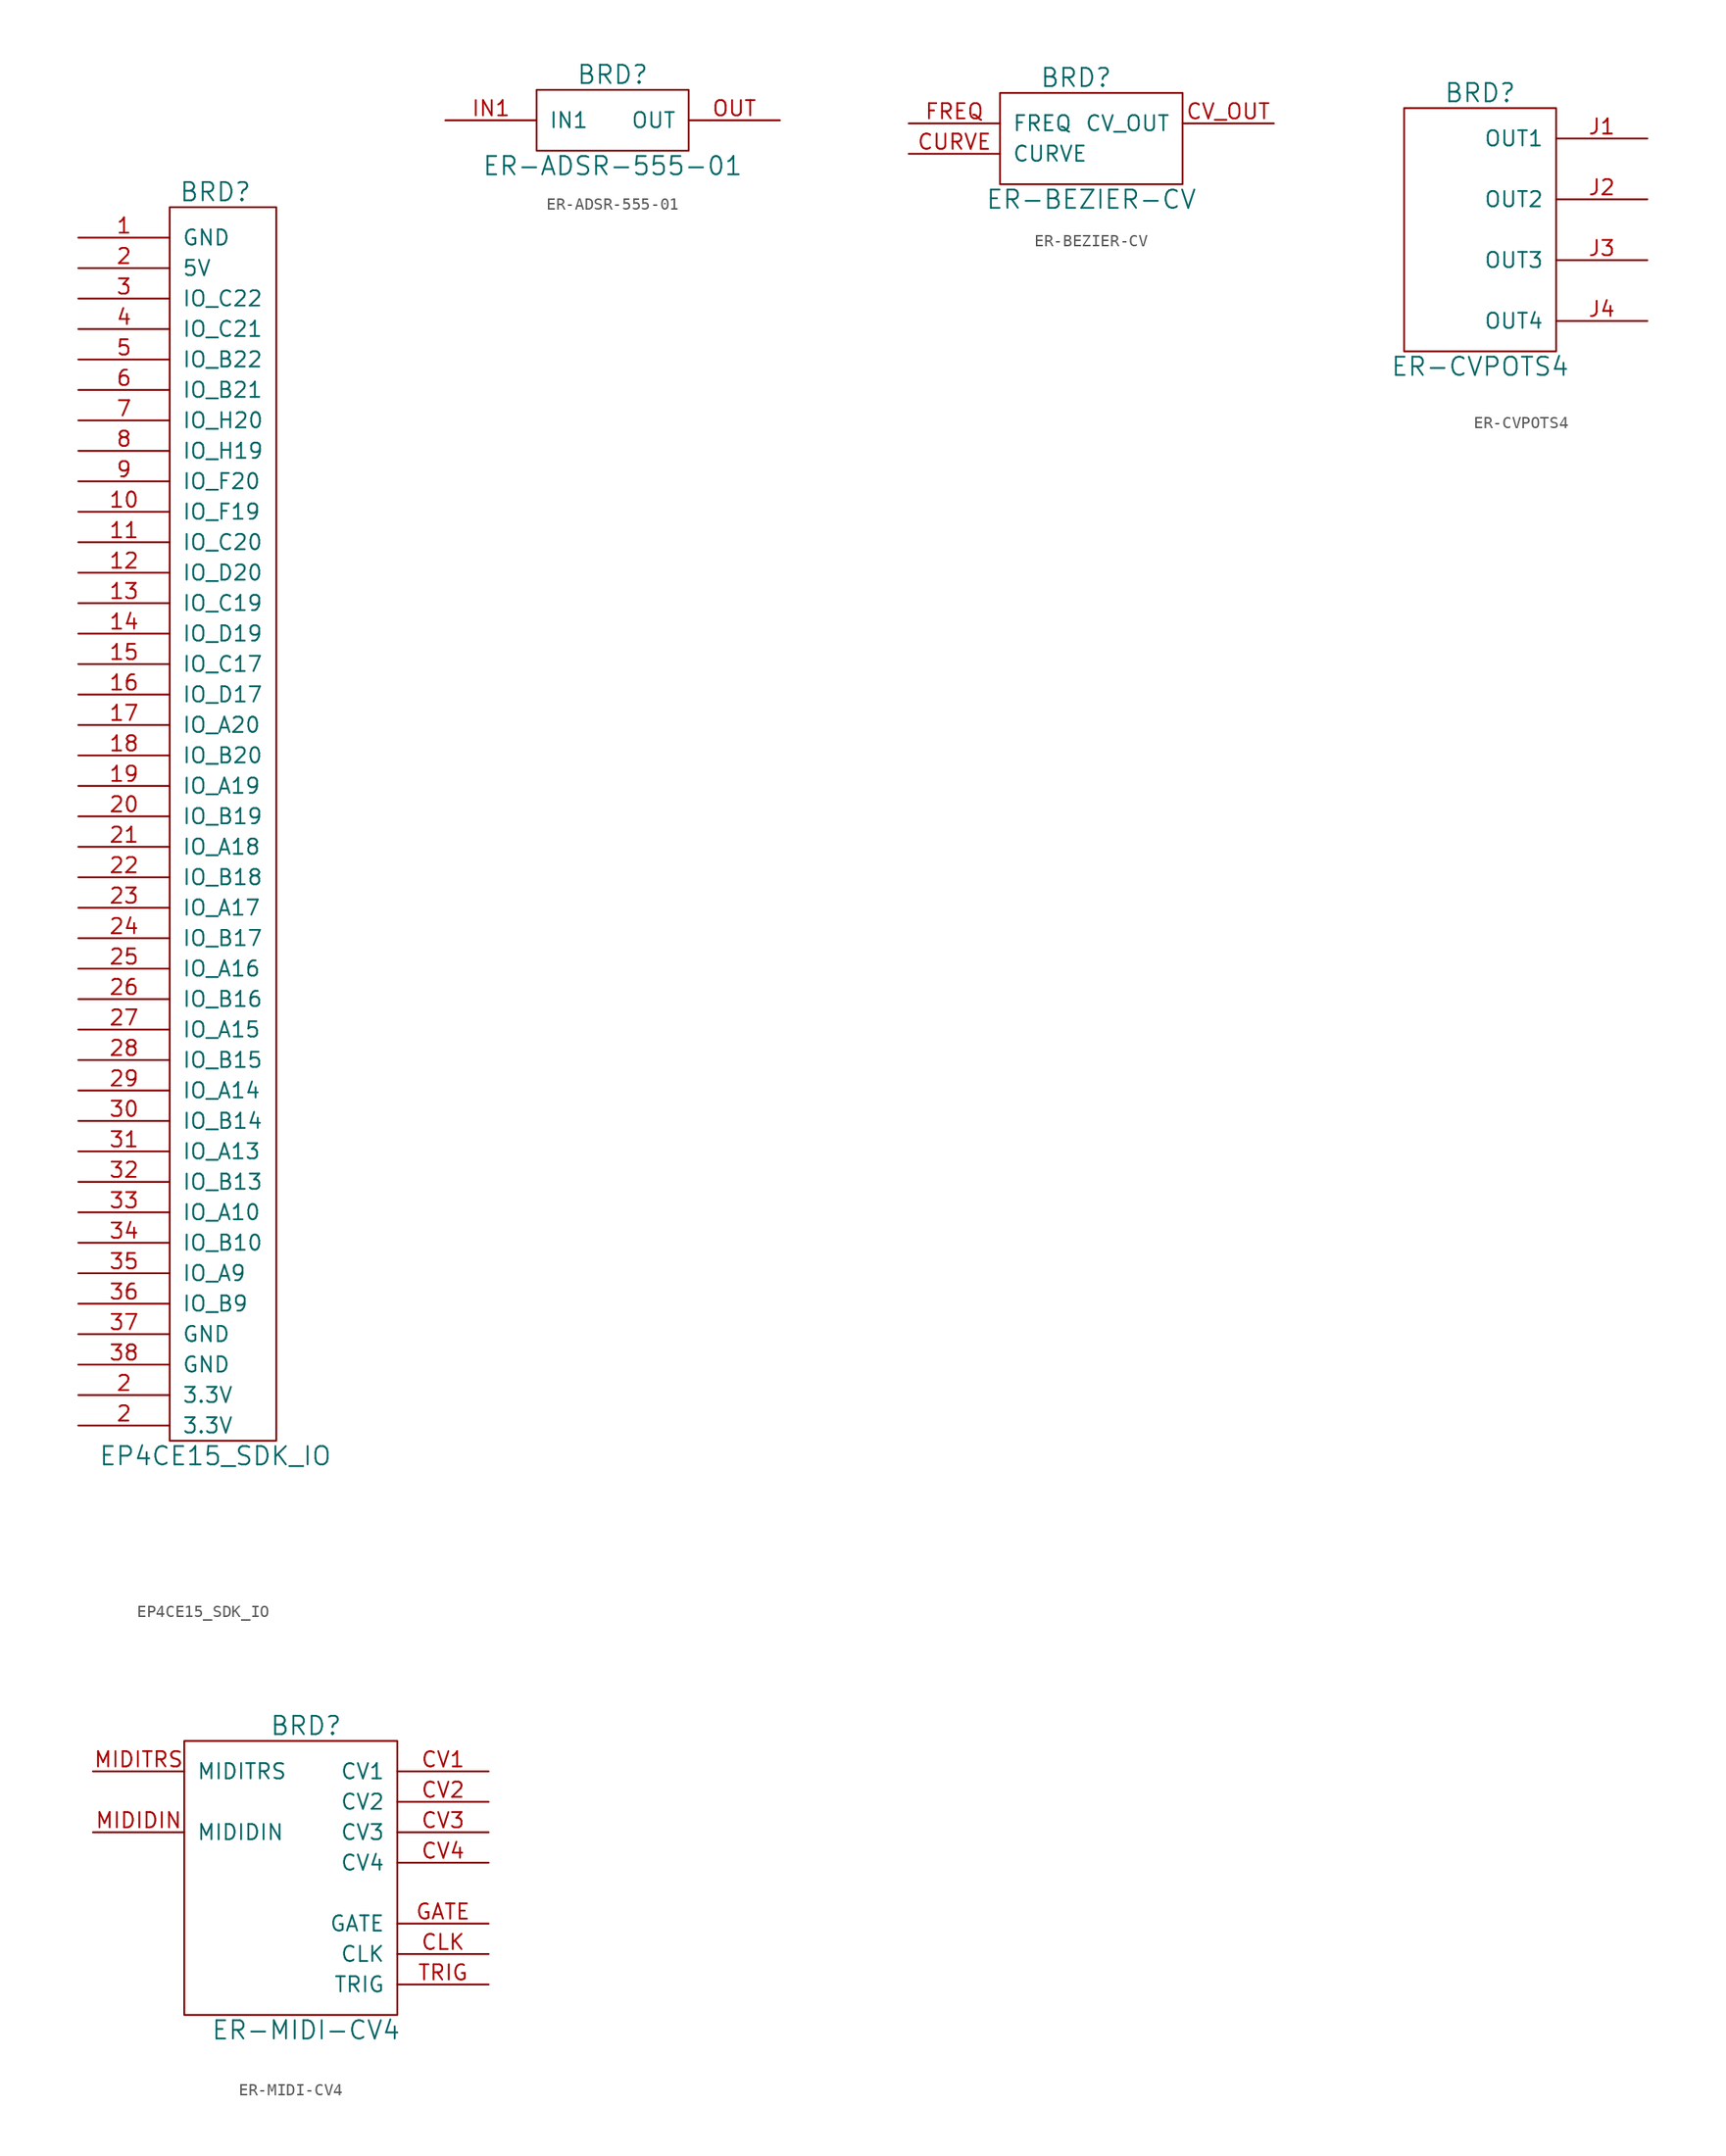
<source format=kicad_sym>
(kicad_symbol_lib
  (version 20220914)
  (generator kicad_symbol_editor)
  (symbol "EP4CE15_SDK_IO"
    (pin_names
      (offset 1.016))
    (property "Reference" "BRD"
      (at 0 53.34 0)
      (effects (font (size 1.524 1.524))))
    (property "Value" "EP4CE15_SDK_IO"
      (at 0 -52.07 0)
      (effects (font (size 1.524 1.524))))
    (property "Footprint" ""
      (at 0 29.21 0)
      (effects (font (size 1.524 1.524))))
    (property "Datasheet" ""
      (at 0 29.21 0)
      (effects (font (size 1.524 1.524))))
    (symbol "EP4CE15_SDK_IO_0_0"
      (rectangle (start -3.81 52.07) (end 5.08 -50.8) (stroke (width 0) (type default)) (fill (type none))))
    (symbol "EP4CE15_SDK_IO_1_1"
      (pin power_in line (at -11.43 49.53 0) (length 7.62) (name "GND" (effects (font (size 1.27 1.27)))) (number "1" (effects (font (size 1.27 1.27)))))
      (pin bidirectional line (at -11.43 26.67 0) (length 7.62) (name "IO_F19" (effects (font (size 1.27 1.27)))) (number "10" (effects (font (size 1.27 1.27)))))
      (pin bidirectional line (at -11.43 24.13 0) (length 7.62) (name "IO_C20" (effects (font (size 1.27 1.27)))) (number "11" (effects (font (size 1.27 1.27)))))
      (pin bidirectional line (at -11.43 21.59 0) (length 7.62) (name "IO_D20" (effects (font (size 1.27 1.27)))) (number "12" (effects (font (size 1.27 1.27)))))
      (pin bidirectional line (at -11.43 19.05 0) (length 7.62) (name "IO_C19" (effects (font (size 1.27 1.27)))) (number "13" (effects (font (size 1.27 1.27)))))
      (pin bidirectional line (at -11.43 16.51 0) (length 7.62) (name "IO_D19" (effects (font (size 1.27 1.27)))) (number "14" (effects (font (size 1.27 1.27)))))
      (pin bidirectional line (at -11.43 13.97 0) (length 7.62) (name "IO_C17" (effects (font (size 1.27 1.27)))) (number "15" (effects (font (size 1.27 1.27)))))
      (pin bidirectional line (at -11.43 11.43 0) (length 7.62) (name "IO_D17" (effects (font (size 1.27 1.27)))) (number "16" (effects (font (size 1.27 1.27)))))
      (pin bidirectional line (at -11.43 8.89 0) (length 7.62) (name "IO_A20" (effects (font (size 1.27 1.27)))) (number "17" (effects (font (size 1.27 1.27)))))
      (pin bidirectional line (at -11.43 6.35 0) (length 7.62) (name "IO_B20" (effects (font (size 1.27 1.27)))) (number "18" (effects (font (size 1.27 1.27)))))
      (pin bidirectional line (at -11.43 3.81 0) (length 7.62) (name "IO_A19" (effects (font (size 1.27 1.27)))) (number "19" (effects (font (size 1.27 1.27)))))
      (pin power_in line (at -11.43 -49.53 0) (length 7.62) (name "3.3V" (effects (font (size 1.27 1.27)))) (number "2" (effects (font (size 1.27 1.27)))))
      (pin power_in line (at -11.43 -46.99 0) (length 7.62) (name "3.3V" (effects (font (size 1.27 1.27)))) (number "2" (effects (font (size 1.27 1.27)))))
      (pin power_in line (at -11.43 46.99 0) (length 7.62) (name "5V" (effects (font (size 1.27 1.27)))) (number "2" (effects (font (size 1.27 1.27)))))
      (pin bidirectional line (at -11.43 1.27 0) (length 7.62) (name "IO_B19" (effects (font (size 1.27 1.27)))) (number "20" (effects (font (size 1.27 1.27)))))
      (pin bidirectional line (at -11.43 -1.27 0) (length 7.62) (name "IO_A18" (effects (font (size 1.27 1.27)))) (number "21" (effects (font (size 1.27 1.27)))))
      (pin bidirectional line (at -11.43 -3.81 0) (length 7.62) (name "IO_B18" (effects (font (size 1.27 1.27)))) (number "22" (effects (font (size 1.27 1.27)))))
      (pin bidirectional line (at -11.43 -6.35 0) (length 7.62) (name "IO_A17" (effects (font (size 1.27 1.27)))) (number "23" (effects (font (size 1.27 1.27)))))
      (pin bidirectional line (at -11.43 -8.89 0) (length 7.62) (name "IO_B17" (effects (font (size 1.27 1.27)))) (number "24" (effects (font (size 1.27 1.27)))))
      (pin bidirectional line (at -11.43 -11.43 0) (length 7.62) (name "IO_A16" (effects (font (size 1.27 1.27)))) (number "25" (effects (font (size 1.27 1.27)))))
      (pin bidirectional line (at -11.43 -13.97 0) (length 7.62) (name "IO_B16" (effects (font (size 1.27 1.27)))) (number "26" (effects (font (size 1.27 1.27)))))
      (pin bidirectional line (at -11.43 -16.51 0) (length 7.62) (name "IO_A15" (effects (font (size 1.27 1.27)))) (number "27" (effects (font (size 1.27 1.27)))))
      (pin bidirectional line (at -11.43 -19.05 0) (length 7.62) (name "IO_B15" (effects (font (size 1.27 1.27)))) (number "28" (effects (font (size 1.27 1.27)))))
      (pin bidirectional line (at -11.43 -21.59 0) (length 7.62) (name "IO_A14" (effects (font (size 1.27 1.27)))) (number "29" (effects (font (size 1.27 1.27)))))
      (pin bidirectional line (at -11.43 44.45 0) (length 7.62) (name "IO_C22" (effects (font (size 1.27 1.27)))) (number "3" (effects (font (size 1.27 1.27)))))
      (pin bidirectional line (at -11.43 -24.13 0) (length 7.62) (name "IO_B14" (effects (font (size 1.27 1.27)))) (number "30" (effects (font (size 1.27 1.27)))))
      (pin bidirectional line (at -11.43 -26.67 0) (length 7.62) (name "IO_A13" (effects (font (size 1.27 1.27)))) (number "31" (effects (font (size 1.27 1.27)))))
      (pin bidirectional line (at -11.43 -29.21 0) (length 7.62) (name "IO_B13" (effects (font (size 1.27 1.27)))) (number "32" (effects (font (size 1.27 1.27)))))
      (pin bidirectional line (at -11.43 -31.75 0) (length 7.62) (name "IO_A10" (effects (font (size 1.27 1.27)))) (number "33" (effects (font (size 1.27 1.27)))))
      (pin bidirectional line (at -11.43 -34.29 0) (length 7.62) (name "IO_B10" (effects (font (size 1.27 1.27)))) (number "34" (effects (font (size 1.27 1.27)))))
      (pin bidirectional line (at -11.43 -36.83 0) (length 7.62) (name "IO_A9" (effects (font (size 1.27 1.27)))) (number "35" (effects (font (size 1.27 1.27)))))
      (pin bidirectional line (at -11.43 -39.37 0) (length 7.62) (name "IO_B9" (effects (font (size 1.27 1.27)))) (number "36" (effects (font (size 1.27 1.27)))))
      (pin power_in line (at -11.43 -41.91 0) (length 7.62) (name "GND" (effects (font (size 1.27 1.27)))) (number "37" (effects (font (size 1.27 1.27)))))
      (pin power_in line (at -11.43 -44.45 0) (length 7.62) (name "GND" (effects (font (size 1.27 1.27)))) (number "38" (effects (font (size 1.27 1.27)))))
      (pin bidirectional line (at -11.43 41.91 0) (length 7.62) (name "IO_C21" (effects (font (size 1.27 1.27)))) (number "4" (effects (font (size 1.27 1.27)))))
      (pin bidirectional line (at -11.43 39.37 0) (length 7.62) (name "IO_B22" (effects (font (size 1.27 1.27)))) (number "5" (effects (font (size 1.27 1.27)))))
      (pin bidirectional line (at -11.43 36.83 0) (length 7.62) (name "IO_B21" (effects (font (size 1.27 1.27)))) (number "6" (effects (font (size 1.27 1.27)))))
      (pin bidirectional line (at -11.43 34.29 0) (length 7.62) (name "IO_H20" (effects (font (size 1.27 1.27)))) (number "7" (effects (font (size 1.27 1.27)))))
      (pin bidirectional line (at -11.43 31.75 0) (length 7.62) (name "IO_H19" (effects (font (size 1.27 1.27)))) (number "8" (effects (font (size 1.27 1.27)))))
      (pin bidirectional line (at -11.43 29.21 0) (length 7.62) (name "IO_F20" (effects (font (size 1.27 1.27)))) (number "9" (effects (font (size 1.27 1.27)))))))
  (symbol "ER-ADSR-555-01"
    (pin_names
      (offset 1.016))
    (property "Reference" "BRD"
      (at 0 3.81 0)
      (effects (font (size 1.524 1.524))))
    (property "Value" "ER-ADSR-555-01"
      (at 0 -3.81 0)
      (effects (font (size 1.524 1.524))))
    (property "Footprint" ""
      (at 1.27 -2.54 0)
      (effects (font (size 1.524 1.524))))
    (symbol "ER-ADSR-555-01_0_0"
      (rectangle (start -6.35 2.54) (end 6.35 -2.54) (stroke (width 0) (type default)) (fill (type none))))
    (symbol "ER-ADSR-555-01_1_1"
      (pin input line (at -13.97 0 0) (length 7.62) (name "IN1" (effects (font (size 1.27 1.27)))) (number "IN1" (effects (font (size 1.27 1.27)))))
      (pin output line (at 13.97 0 180) (length 7.62) (name "OUT" (effects (font (size 1.27 1.27)))) (number "OUT" (effects (font (size 1.27 1.27)))))))
  (symbol "ER-BEZIER-CV"
    (pin_names
      (offset 1.016))
    (property "Reference" "BRD"
      (at -1.27 5.08 0)
      (effects (font (size 1.524 1.524))))
    (property "Value" "ER-BEZIER-CV"
      (at 0 -5.08 0)
      (effects (font (size 1.524 1.524))))
    (property "Footprint" ""
      (at 0 -3.81 0)
      (effects (font (size 1.524 1.524))))
    (symbol "ER-BEZIER-CV_0_0"
      (rectangle (start -7.62 3.81) (end 7.62 -3.81) (stroke (width 0) (type default)) (fill (type none))))
    (symbol "ER-BEZIER-CV_1_1"
      (pin input line (at -15.24 -1.27 0) (length 7.62) (name "CURVE" (effects (font (size 1.27 1.27)))) (number "CURVE" (effects (font (size 1.27 1.27)))))
      (pin output line (at 15.24 1.27 180) (length 7.62) (name "CV_OUT" (effects (font (size 1.27 1.27)))) (number "CV_OUT" (effects (font (size 1.27 1.27)))))
      (pin input line (at -15.24 1.27 0) (length 7.62) (name "FREQ" (effects (font (size 1.27 1.27)))) (number "FREQ" (effects (font (size 1.27 1.27)))))))
  (symbol "ER-CVPOTS4"
    (pin_names
      (offset 1.016))
    (property "Reference" "BRD"
      (at 0 6.35 0)
      (effects (font (size 1.524 1.524))))
    (property "Value" "ER-CVPOTS4"
      (at 0 -16.51 0)
      (effects (font (size 1.524 1.524))))
    (property "Footprint" ""
      (at 1.27 -2.54 0)
      (effects (font (size 1.524 1.524))))
    (symbol "ER-CVPOTS4_0_0"
      (rectangle (start -6.35 5.08) (end 6.35 -15.24) (stroke (width 0) (type default)) (fill (type none))))
    (symbol "ER-CVPOTS4_1_1"
      (pin output line (at 13.97 2.54 180) (length 7.62) (name "OUT1" (effects (font (size 1.27 1.27)))) (number "J1" (effects (font (size 1.27 1.27)))))
      (pin output line (at 13.97 -2.54 180) (length 7.62) (name "OUT2" (effects (font (size 1.27 1.27)))) (number "J2" (effects (font (size 1.27 1.27)))))
      (pin output line (at 13.97 -7.62 180) (length 7.62) (name "OUT3" (effects (font (size 1.27 1.27)))) (number "J3" (effects (font (size 1.27 1.27)))))
      (pin output line (at 13.97 -12.7 180) (length 7.62) (name "OUT4" (effects (font (size 1.27 1.27)))) (number "J4" (effects (font (size 1.27 1.27)))))))
  (symbol "ER-MIDI-CV4"
    (pin_names
      (offset 1.016))
    (property "Reference" "BRD"
      (at 0 7.62 0)
      (effects (font (size 1.524 1.524))))
    (property "Value" "ER-MIDI-CV4"
      (at 0 -17.78 0)
      (effects (font (size 1.524 1.524))))
    (property "Footprint" ""
      (at 2.54 -12.7 0)
      (effects (font (size 1.524 1.524))))
    (symbol "ER-MIDI-CV4_0_0"
      (rectangle (start -10.16 6.35) (end 7.62 -16.51) (stroke (width 0) (type default)) (fill (type none))))
    (symbol "ER-MIDI-CV4_1_1"
      (pin output line (at 15.24 -11.43 180) (length 7.62) (name "CLK" (effects (font (size 1.27 1.27)))) (number "CLK" (effects (font (size 1.27 1.27)))))
      (pin output line (at 15.24 3.81 180) (length 7.62) (name "CV1" (effects (font (size 1.27 1.27)))) (number "CV1" (effects (font (size 1.27 1.27)))))
      (pin output line (at 15.24 1.27 180) (length 7.62) (name "CV2" (effects (font (size 1.27 1.27)))) (number "CV2" (effects (font (size 1.27 1.27)))))
      (pin output line (at 15.24 -1.27 180) (length 7.62) (name "CV3" (effects (font (size 1.27 1.27)))) (number "CV3" (effects (font (size 1.27 1.27)))))
      (pin output line (at 15.24 -3.81 180) (length 7.62) (name "CV4" (effects (font (size 1.27 1.27)))) (number "CV4" (effects (font (size 1.27 1.27)))))
      (pin output line (at 15.24 -8.89 180) (length 7.62) (name "GATE" (effects (font (size 1.27 1.27)))) (number "GATE" (effects (font (size 1.27 1.27)))))
      (pin input line (at -17.78 -1.27 0) (length 7.62) (name "MIDIDIN" (effects (font (size 1.27 1.27)))) (number "MIDIDIN" (effects (font (size 1.27 1.27)))))
      (pin input line (at -17.78 3.81 0) (length 7.62) (name "MIDITRS" (effects (font (size 1.27 1.27)))) (number "MIDITRS" (effects (font (size 1.27 1.27)))))
      (pin output line (at 15.24 -13.97 180) (length 7.62) (name "TRIG" (effects (font (size 1.27 1.27)))) (number "TRIG" (effects (font (size 1.27 1.27))))))))
</source>
